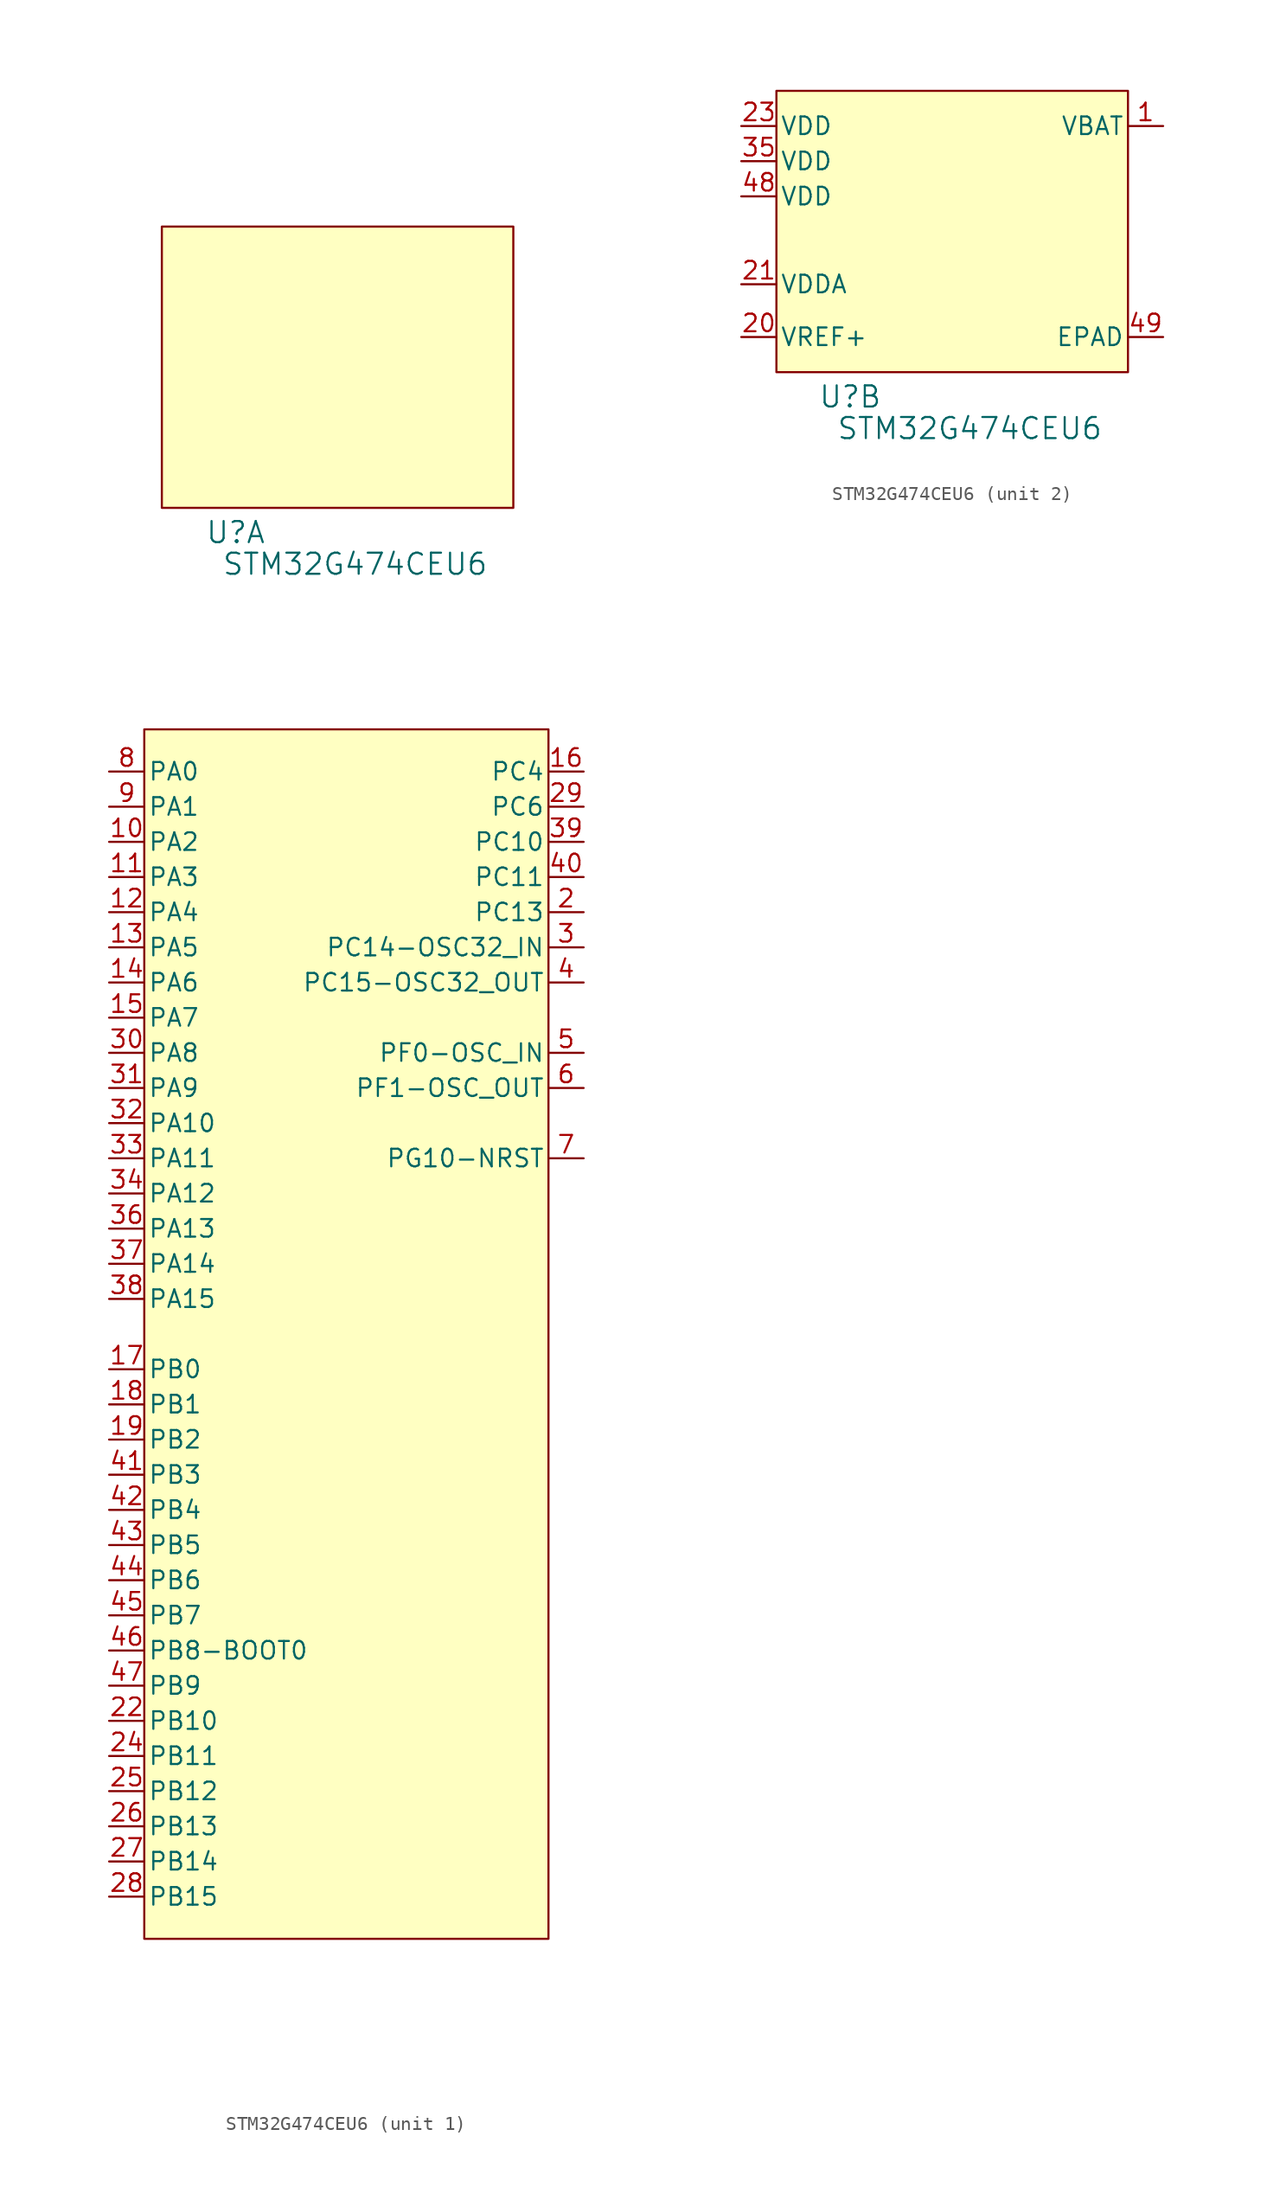
<source format=kicad_sym>
(kicad_symbol_lib
  (version 20231120)
  (generator "kicad_symbol_editor")
  (generator_version "8.0")
  (symbol "STM32G474CEU6"
    (pin_names
      (offset 0.254))
    (property "Reference" "U"
      (at -8.636 21.082 0)
      (effects (font (size 1.524 1.524))))
    (property "Value" "STM32G474CEU6"
      (at 0 18.796 0)
      (effects (font (size 1.524 1.524))))
    (property "ki_locked" ""
      (at 0 0 0)
      (effects (font (size 1.27 1.27))))
    (symbol "STM32G474CEU6_0_1"
      (rectangle (start -13.97 43.18) (end 11.43 22.86) (stroke (width 0) (type default)) (fill (type background))))
    (symbol "STM32G474CEU6_1_1"
      (rectangle (start -15.24 6.858) (end 13.97 -80.518) (stroke (width 0) (type default)) (fill (type background)))
      (pin bidirectional line (at -17.78 -1.27 0) (length 2.54) (name "PA2" (effects (font (size 1.27 1.27)))) (number "10" (effects (font (size 1.27 1.27)))))
      (pin bidirectional line (at -17.78 -3.81 0) (length 2.54) (name "PA3" (effects (font (size 1.27 1.27)))) (number "11" (effects (font (size 1.27 1.27)))))
      (pin bidirectional line (at -17.78 -6.35 0) (length 2.54) (name "PA4" (effects (font (size 1.27 1.27)))) (number "12" (effects (font (size 1.27 1.27)))))
      (pin bidirectional line (at -17.78 -8.89 0) (length 2.54) (name "PA5" (effects (font (size 1.27 1.27)))) (number "13" (effects (font (size 1.27 1.27)))))
      (pin bidirectional line (at -17.78 -11.43 0) (length 2.54) (name "PA6" (effects (font (size 1.27 1.27)))) (number "14" (effects (font (size 1.27 1.27)))))
      (pin bidirectional line (at -17.78 -13.97 0) (length 2.54) (name "PA7" (effects (font (size 1.27 1.27)))) (number "15" (effects (font (size 1.27 1.27)))))
      (pin bidirectional line (at 16.51 3.81 180) (length 2.54) (name "PC4" (effects (font (size 1.27 1.27)))) (number "16" (effects (font (size 1.27 1.27)))))
      (pin bidirectional line (at -17.78 -39.37 0) (length 2.54) (name "PB0" (effects (font (size 1.27 1.27)))) (number "17" (effects (font (size 1.27 1.27)))))
      (pin bidirectional line (at -17.78 -41.91 0) (length 2.54) (name "PB1" (effects (font (size 1.27 1.27)))) (number "18" (effects (font (size 1.27 1.27)))))
      (pin bidirectional line (at -17.78 -44.45 0) (length 2.54) (name "PB2" (effects (font (size 1.27 1.27)))) (number "19" (effects (font (size 1.27 1.27)))))
      (pin bidirectional line (at 16.51 -6.35 180) (length 2.54) (name "PC13" (effects (font (size 1.27 1.27)))) (number "2" (effects (font (size 1.27 1.27)))))
      (pin bidirectional line (at -17.78 -64.77 0) (length 2.54) (name "PB10" (effects (font (size 1.27 1.27)))) (number "22" (effects (font (size 1.27 1.27)))))
      (pin bidirectional line (at -17.78 -67.31 0) (length 2.54) (name "PB11" (effects (font (size 1.27 1.27)))) (number "24" (effects (font (size 1.27 1.27)))))
      (pin bidirectional line (at -17.78 -69.85 0) (length 2.54) (name "PB12" (effects (font (size 1.27 1.27)))) (number "25" (effects (font (size 1.27 1.27)))))
      (pin bidirectional line (at -17.78 -72.39 0) (length 2.54) (name "PB13" (effects (font (size 1.27 1.27)))) (number "26" (effects (font (size 1.27 1.27)))))
      (pin bidirectional line (at -17.78 -74.93 0) (length 2.54) (name "PB14" (effects (font (size 1.27 1.27)))) (number "27" (effects (font (size 1.27 1.27)))))
      (pin bidirectional line (at -17.78 -77.47 0) (length 2.54) (name "PB15" (effects (font (size 1.27 1.27)))) (number "28" (effects (font (size 1.27 1.27)))))
      (pin bidirectional line (at 16.51 1.27 180) (length 2.54) (name "PC6" (effects (font (size 1.27 1.27)))) (number "29" (effects (font (size 1.27 1.27)))))
      (pin bidirectional line (at 16.51 -8.89 180) (length 2.54) (name "PC14-OSC32_IN" (effects (font (size 1.27 1.27)))) (number "3" (effects (font (size 1.27 1.27)))))
      (pin bidirectional line (at -17.78 -16.51 0) (length 2.54) (name "PA8" (effects (font (size 1.27 1.27)))) (number "30" (effects (font (size 1.27 1.27)))))
      (pin bidirectional line (at -17.78 -19.05 0) (length 2.54) (name "PA9" (effects (font (size 1.27 1.27)))) (number "31" (effects (font (size 1.27 1.27)))))
      (pin bidirectional line (at -17.78 -21.59 0) (length 2.54) (name "PA10" (effects (font (size 1.27 1.27)))) (number "32" (effects (font (size 1.27 1.27)))))
      (pin bidirectional line (at -17.78 -24.13 0) (length 2.54) (name "PA11" (effects (font (size 1.27 1.27)))) (number "33" (effects (font (size 1.27 1.27)))))
      (pin bidirectional line (at -17.78 -26.67 0) (length 2.54) (name "PA12" (effects (font (size 1.27 1.27)))) (number "34" (effects (font (size 1.27 1.27)))))
      (pin bidirectional line (at -17.78 -29.21 0) (length 2.54) (name "PA13" (effects (font (size 1.27 1.27)))) (number "36" (effects (font (size 1.27 1.27)))))
      (pin bidirectional line (at -17.78 -31.75 0) (length 2.54) (name "PA14" (effects (font (size 1.27 1.27)))) (number "37" (effects (font (size 1.27 1.27)))))
      (pin bidirectional line (at -17.78 -34.29 0) (length 2.54) (name "PA15" (effects (font (size 1.27 1.27)))) (number "38" (effects (font (size 1.27 1.27)))))
      (pin bidirectional line (at 16.51 -1.27 180) (length 2.54) (name "PC10" (effects (font (size 1.27 1.27)))) (number "39" (effects (font (size 1.27 1.27)))))
      (pin bidirectional line (at 16.51 -11.43 180) (length 2.54) (name "PC15-OSC32_OUT" (effects (font (size 1.27 1.27)))) (number "4" (effects (font (size 1.27 1.27)))))
      (pin bidirectional line (at 16.51 -3.81 180) (length 2.54) (name "PC11" (effects (font (size 1.27 1.27)))) (number "40" (effects (font (size 1.27 1.27)))))
      (pin bidirectional line (at -17.78 -46.99 0) (length 2.54) (name "PB3" (effects (font (size 1.27 1.27)))) (number "41" (effects (font (size 1.27 1.27)))))
      (pin bidirectional line (at -17.78 -49.53 0) (length 2.54) (name "PB4" (effects (font (size 1.27 1.27)))) (number "42" (effects (font (size 1.27 1.27)))))
      (pin bidirectional line (at -17.78 -52.07 0) (length 2.54) (name "PB5" (effects (font (size 1.27 1.27)))) (number "43" (effects (font (size 1.27 1.27)))))
      (pin bidirectional line (at -17.78 -54.61 0) (length 2.54) (name "PB6" (effects (font (size 1.27 1.27)))) (number "44" (effects (font (size 1.27 1.27)))))
      (pin bidirectional line (at -17.78 -57.15 0) (length 2.54) (name "PB7" (effects (font (size 1.27 1.27)))) (number "45" (effects (font (size 1.27 1.27)))))
      (pin bidirectional line (at -17.78 -59.69 0) (length 2.54) (name "PB8-BOOT0" (effects (font (size 1.27 1.27)))) (number "46" (effects (font (size 1.27 1.27)))))
      (pin bidirectional line (at -17.78 -62.23 0) (length 2.54) (name "PB9" (effects (font (size 1.27 1.27)))) (number "47" (effects (font (size 1.27 1.27)))))
      (pin bidirectional line (at 16.51 -16.51 180) (length 2.54) (name "PF0-OSC_IN" (effects (font (size 1.27 1.27)))) (number "5" (effects (font (size 1.27 1.27)))))
      (pin bidirectional line (at 16.51 -19.05 180) (length 2.54) (name "PF1-OSC_OUT" (effects (font (size 1.27 1.27)))) (number "6" (effects (font (size 1.27 1.27)))))
      (pin bidirectional line (at 16.51 -24.13 180) (length 2.54) (name "PG10-NRST" (effects (font (size 1.27 1.27)))) (number "7" (effects (font (size 1.27 1.27)))))
      (pin bidirectional line (at -17.78 3.81 0) (length 2.54) (name "PA0" (effects (font (size 1.27 1.27)))) (number "8" (effects (font (size 1.27 1.27)))))
      (pin bidirectional line (at -17.78 1.27 0) (length 2.54) (name "PA1" (effects (font (size 1.27 1.27)))) (number "9" (effects (font (size 1.27 1.27))))))
    (symbol "STM32G474CEU6_2_1"
      (pin power_in line (at 13.97 40.64 180) (length 2.54) (name "VBAT" (effects (font (size 1.27 1.27)))) (number "1" (effects (font (size 1.27 1.27)))))
      (pin power_in line (at -16.51 25.4 0) (length 2.54) (name "VREF+" (effects (font (size 1.27 1.27)))) (number "20" (effects (font (size 1.27 1.27)))))
      (pin power_in line (at -16.51 29.21 0) (length 2.54) (name "VDDA" (effects (font (size 1.27 1.27)))) (number "21" (effects (font (size 1.27 1.27)))))
      (pin power_in line (at -16.51 40.64 0) (length 2.54) (name "VDD" (effects (font (size 1.27 1.27)))) (number "23" (effects (font (size 1.27 1.27)))))
      (pin power_in line (at -16.51 38.1 0) (length 2.54) (name "VDD" (effects (font (size 1.27 1.27)))) (number "35" (effects (font (size 1.27 1.27)))))
      (pin power_in line (at -16.51 35.56 0) (length 2.54) (name "VDD" (effects (font (size 1.27 1.27)))) (number "48" (effects (font (size 1.27 1.27)))))
      (pin power_in line (at 13.97 25.4 180) (length 2.54) (name "EPAD" (effects (font (size 1.27 1.27)))) (number "49" (effects (font (size 1.27 1.27))))))))
</source>
